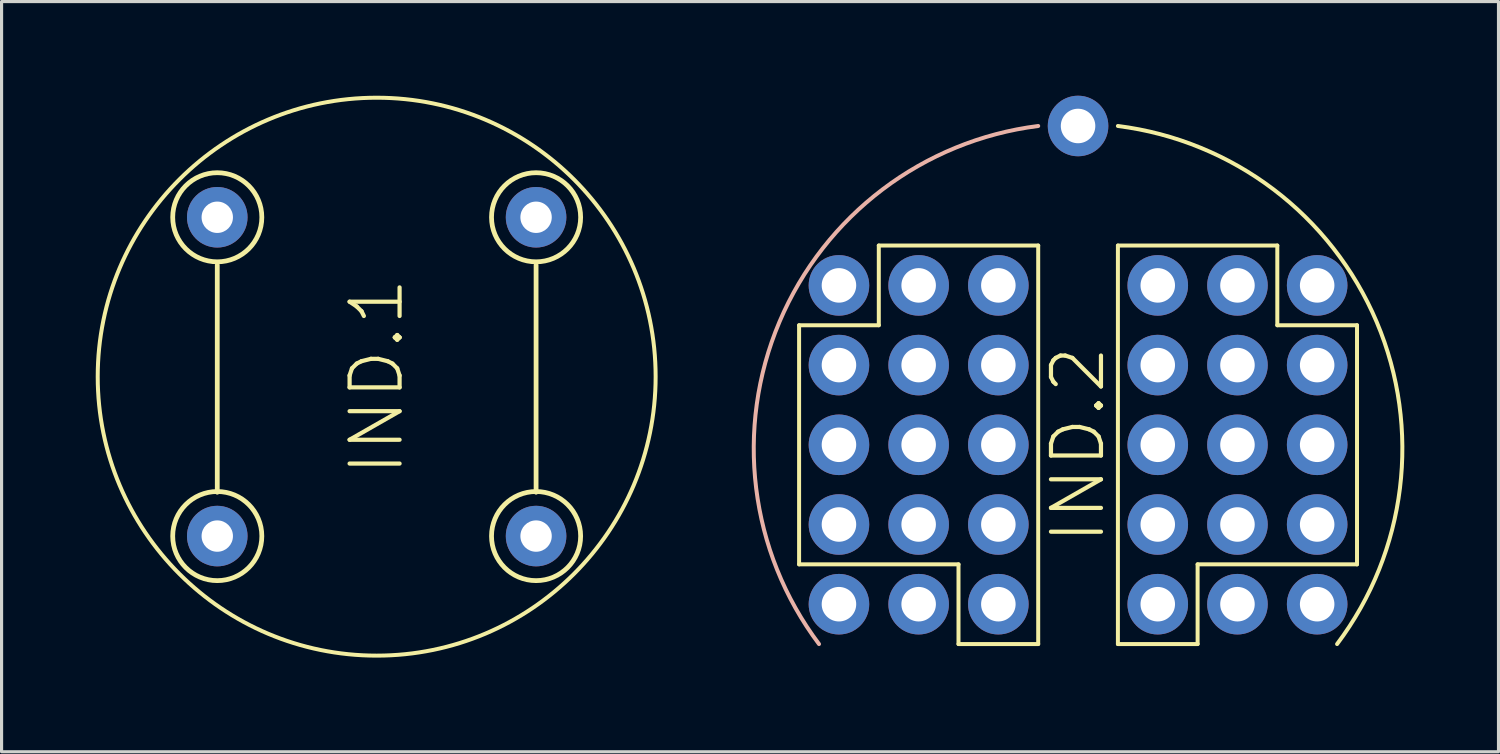
<source format=kicad_pcb>
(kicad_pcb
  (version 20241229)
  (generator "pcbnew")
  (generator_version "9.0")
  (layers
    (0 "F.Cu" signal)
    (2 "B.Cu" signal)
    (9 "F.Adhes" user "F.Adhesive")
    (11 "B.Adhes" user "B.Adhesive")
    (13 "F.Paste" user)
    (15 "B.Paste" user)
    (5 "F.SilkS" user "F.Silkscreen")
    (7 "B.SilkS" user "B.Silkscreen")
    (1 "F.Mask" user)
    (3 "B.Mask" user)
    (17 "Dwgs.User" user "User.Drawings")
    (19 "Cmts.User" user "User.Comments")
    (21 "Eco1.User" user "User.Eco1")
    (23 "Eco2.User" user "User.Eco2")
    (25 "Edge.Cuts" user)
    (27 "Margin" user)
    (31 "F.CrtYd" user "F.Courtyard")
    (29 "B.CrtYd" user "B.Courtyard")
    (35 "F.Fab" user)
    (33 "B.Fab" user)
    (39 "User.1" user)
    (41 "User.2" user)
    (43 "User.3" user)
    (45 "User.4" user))
  (footprint "IND.1"
    (layer "F.Cu")
    (at 8.954 8.954)
    (property "Reference" "IND.1" (at 0 0 90) (layer "F.SilkS") (effects (font (size 1.593 1.593) (thickness 0.134))))
    (attr through_hole)
    (fp_line (start -5.08 -3.556) (end -5.08 3.683) (stroke (width 0.152) (type solid)) (layer "F.SilkS"))
    (fp_line (start 5.08 -3.556) (end 5.08 3.683) (stroke (width 0.152) (type solid)) (layer "F.SilkS"))
    (fp_circle (center -5.08 -5.08) (end -3.66 -5.08) (stroke (width 0.152) (type solid)) (fill no) (layer "F.SilkS"))
    (fp_circle (center -5.08 5.08) (end -3.66 5.08) (stroke (width 0.152) (type solid)) (fill no) (layer "F.SilkS"))
    (fp_circle (center 0 0) (end 8.89 0) (stroke (width 0.127) (type solid)) (fill no) (layer "F.SilkS"))
    (fp_circle (center 5.08 -5.08) (end 6.5 -5.08) (stroke (width 0.152) (type solid)) (fill no) (layer "F.SilkS"))
    (fp_circle (center 5.08 5.08) (end 6.5 5.08) (stroke (width 0.152) (type solid)) (fill no) (layer "F.SilkS"))
    (pad "1" thru_hole oval (at -5.08 -5.08) (size 1.93 1.93) (drill 1) (layers "*.Cu" "*.Mask"))
    (pad "2" thru_hole oval (at 5.08 -5.08) (size 1.93 1.93) (drill 1) (layers "*.Cu" "*.Mask"))
    (pad "3" thru_hole oval (at 5.08 5.08) (size 1.93 1.93) (drill 1) (layers "*.Cu" "*.Mask"))
    (pad "4" thru_hole oval (at -5.08 5.08) (size 1.93 1.93) (drill 1) (layers "*.Cu" "*.Mask")))
  (footprint "IND.2"
    (layer "F.Cu")
    (at 31.306 11.125)
    (property "Reference" "IND.2" (at 0 0 90) (layer "F.SilkS") (effects (font (size 1.593 1.593) (thickness 0.134))))
    (attr through_hole)
    (fp_line (start -8.89 -3.81) (end -6.35 -3.81) (stroke (width 0.127) (type solid)) (layer "F.SilkS"))
    (fp_line (start -8.89 3.81) (end -8.89 -3.81) (stroke (width 0.127) (type solid)) (layer "F.SilkS"))
    (fp_line (start -6.35 -6.35) (end -1.27 -6.35) (stroke (width 0.127) (type solid)) (layer "F.SilkS"))
    (fp_line (start -6.35 -3.81) (end -6.35 -6.35) (stroke (width 0.127) (type solid)) (layer "F.SilkS"))
    (fp_line (start -3.81 3.81) (end -8.89 3.81) (stroke (width 0.127) (type solid)) (layer "F.SilkS"))
    (fp_line (start -3.81 6.35) (end -3.81 3.81) (stroke (width 0.127) (type solid)) (layer "F.SilkS"))
    (fp_line (start -1.27 -6.35) (end -1.27 6.35) (stroke (width 0.127) (type solid)) (layer "F.SilkS"))
    (fp_line (start -1.27 6.35) (end -3.81 6.35) (stroke (width 0.127) (type solid)) (layer "F.SilkS"))
    (fp_line (start 1.27 -6.35) (end 6.35 -6.35) (stroke (width 0.127) (type solid)) (layer "F.SilkS"))
    (fp_line (start 1.27 6.35) (end 1.27 -6.35) (stroke (width 0.127) (type solid)) (layer "F.SilkS"))
    (fp_line (start 3.81 3.81) (end 8.89 3.81) (stroke (width 0.127) (type solid)) (layer "F.SilkS"))
    (fp_line (start 3.81 6.35) (end 1.27 6.35) (stroke (width 0.127) (type solid)) (layer "F.SilkS"))
    (fp_line (start 3.81 6.35) (end 3.81 3.81) (stroke (width 0.127) (type solid)) (layer "F.SilkS"))
    (fp_line (start 6.35 -3.81) (end 6.35 -6.35) (stroke (width 0.127) (type solid)) (layer "F.SilkS"))
    (fp_line (start 8.89 -3.81) (end 6.35 -3.81) (stroke (width 0.127) (type solid)) (layer "F.SilkS"))
    (fp_line (start 8.89 -3.81) (end 8.89 3.81) (stroke (width 0.127) (type solid)) (layer "F.SilkS"))
    (fp_arc (start 1.27 -10.16) (mid 9.516282 -3.916216) (end 8.255 6.349999) (stroke (width 0.127) (type solid)) (layer "F.SilkS"))
    (fp_arc (start -8.255 6.349999) (mid -9.516282 -3.916216) (end -1.27 -10.16) (stroke (width 0.127) (type solid)) (layer "B.SilkS"))
    (pad "3" thru_hole oval (at -2.54 -5.08) (size 1.93 1.93) (drill 1.1) (layers "*.Cu" "*.Mask"))
    (pad "4" thru_hole oval (at -2.54 -2.54) (size 1.93 1.93) (drill 1.1) (layers "*.Cu" "*.Mask"))
    (pad "5" thru_hole oval (at -2.54 0) (size 1.93 1.93) (drill 1.1) (layers "*.Cu" "*.Mask"))
    (pad "6" thru_hole oval (at -2.54 2.54) (size 1.93 1.93) (drill 1.1) (layers "*.Cu" "*.Mask"))
    (pad "7" thru_hole oval (at -2.54 5.08) (size 1.93 1.93) (drill 1.1) (layers "*.Cu" "*.Mask"))
    (pad "8" thru_hole oval (at -5.08 2.54) (size 1.93 1.93) (drill 1.1) (layers "*.Cu" "*.Mask"))
    (pad "9" thru_hole oval (at -7.62 2.54) (size 1.93 1.93) (drill 1.1) (layers "*.Cu" "*.Mask"))
    (pad "10" thru_hole oval (at -5.08 0) (size 1.93 1.93) (drill 1.1) (layers "*.Cu" "*.Mask"))
    (pad "11" thru_hole oval (at -7.62 0) (size 1.93 1.93) (drill 1.1) (layers "*.Cu" "*.Mask"))
    (pad "12" thru_hole oval (at -5.08 -2.54) (size 1.93 1.93) (drill 1.1) (layers "*.Cu" "*.Mask"))
    (pad "13" thru_hole oval (at -7.62 -2.54) (size 1.93 1.93) (drill 1.1) (layers "*.Cu" "*.Mask"))
    (pad "14" thru_hole oval (at 2.54 -5.08) (size 1.93 1.93) (drill 1.1) (layers "*.Cu" "*.Mask"))
    (pad "15" thru_hole oval (at 2.54 -2.54) (size 1.93 1.93) (drill 1.1) (layers "*.Cu" "*.Mask"))
    (pad "16" thru_hole oval (at 2.54 0) (size 1.93 1.93) (drill 1.1) (layers "*.Cu" "*.Mask"))
    (pad "17" thru_hole oval (at 2.54 2.54) (size 1.93 1.93) (drill 1.1) (layers "*.Cu" "*.Mask"))
    (pad "18" thru_hole oval (at 2.54 5.08) (size 1.93 1.93) (drill 1.1) (layers "*.Cu" "*.Mask"))
    (pad "19" thru_hole oval (at 5.08 2.54) (size 1.93 1.93) (drill 1.1) (layers "*.Cu" "*.Mask"))
    (pad "20" thru_hole oval (at 5.08 0) (size 1.93 1.93) (drill 1.1) (layers "*.Cu" "*.Mask"))
    (pad "21" thru_hole oval (at 5.08 -2.54) (size 1.93 1.93) (drill 1.1) (layers "*.Cu" "*.Mask"))
    (pad "22" thru_hole oval (at 7.62 -2.54) (size 1.93 1.93) (drill 1.1) (layers "*.Cu" "*.Mask"))
    (pad "23" thru_hole oval (at 7.62 0) (size 1.93 1.93) (drill 1.1) (layers "*.Cu" "*.Mask"))
    (pad "24" thru_hole oval (at 7.62 2.54) (size 1.93 1.93) (drill 1.1) (layers "*.Cu" "*.Mask"))
    (pad "A" thru_hole oval (at -5.08 -5.08) (size 1.93 1.93) (drill 1.1) (layers "*.Cu" "*.Mask"))
    (pad "B" thru_hole oval (at 5.08 -5.08) (size 1.93 1.93) (drill 1.1) (layers "*.Cu" "*.Mask"))
    (pad "P$1" thru_hole oval (at -5.08 5.08) (size 1.93 1.93) (drill 1.1) (layers "*.Cu" "*.Mask"))
    (pad "P$2" thru_hole oval (at 5.08 5.08) (size 1.93 1.93) (drill 1.1) (layers "*.Cu" "*.Mask"))
    (pad "P$3" thru_hole oval (at -7.62 5.08) (size 1.93 1.93) (drill 1.1) (layers "*.Cu" "*.Mask"))
    (pad "P$4" thru_hole oval (at 7.62 5.08) (size 1.93 1.93) (drill 1.1) (layers "*.Cu" "*.Mask"))
    (pad "P$5" thru_hole oval (at 7.62 -5.08) (size 1.93 1.93) (drill 1.1) (layers "*.Cu" "*.Mask"))
    (pad "P$6" thru_hole oval (at -7.62 -5.08) (size 1.93 1.93) (drill 1.1) (layers "*.Cu" "*.Mask"))
    (pad "P$7" thru_hole oval (at 0 -10.16) (size 1.93 1.93) (drill 1.1) (layers "*.Cu" "*.Mask")))
  (gr_rect
    (start -3 -3)
    (end 44.705 20.907)
    (stroke (width 0.1) (type default))
    (fill no)
    (layer "Edge.Cuts")))
</source>
